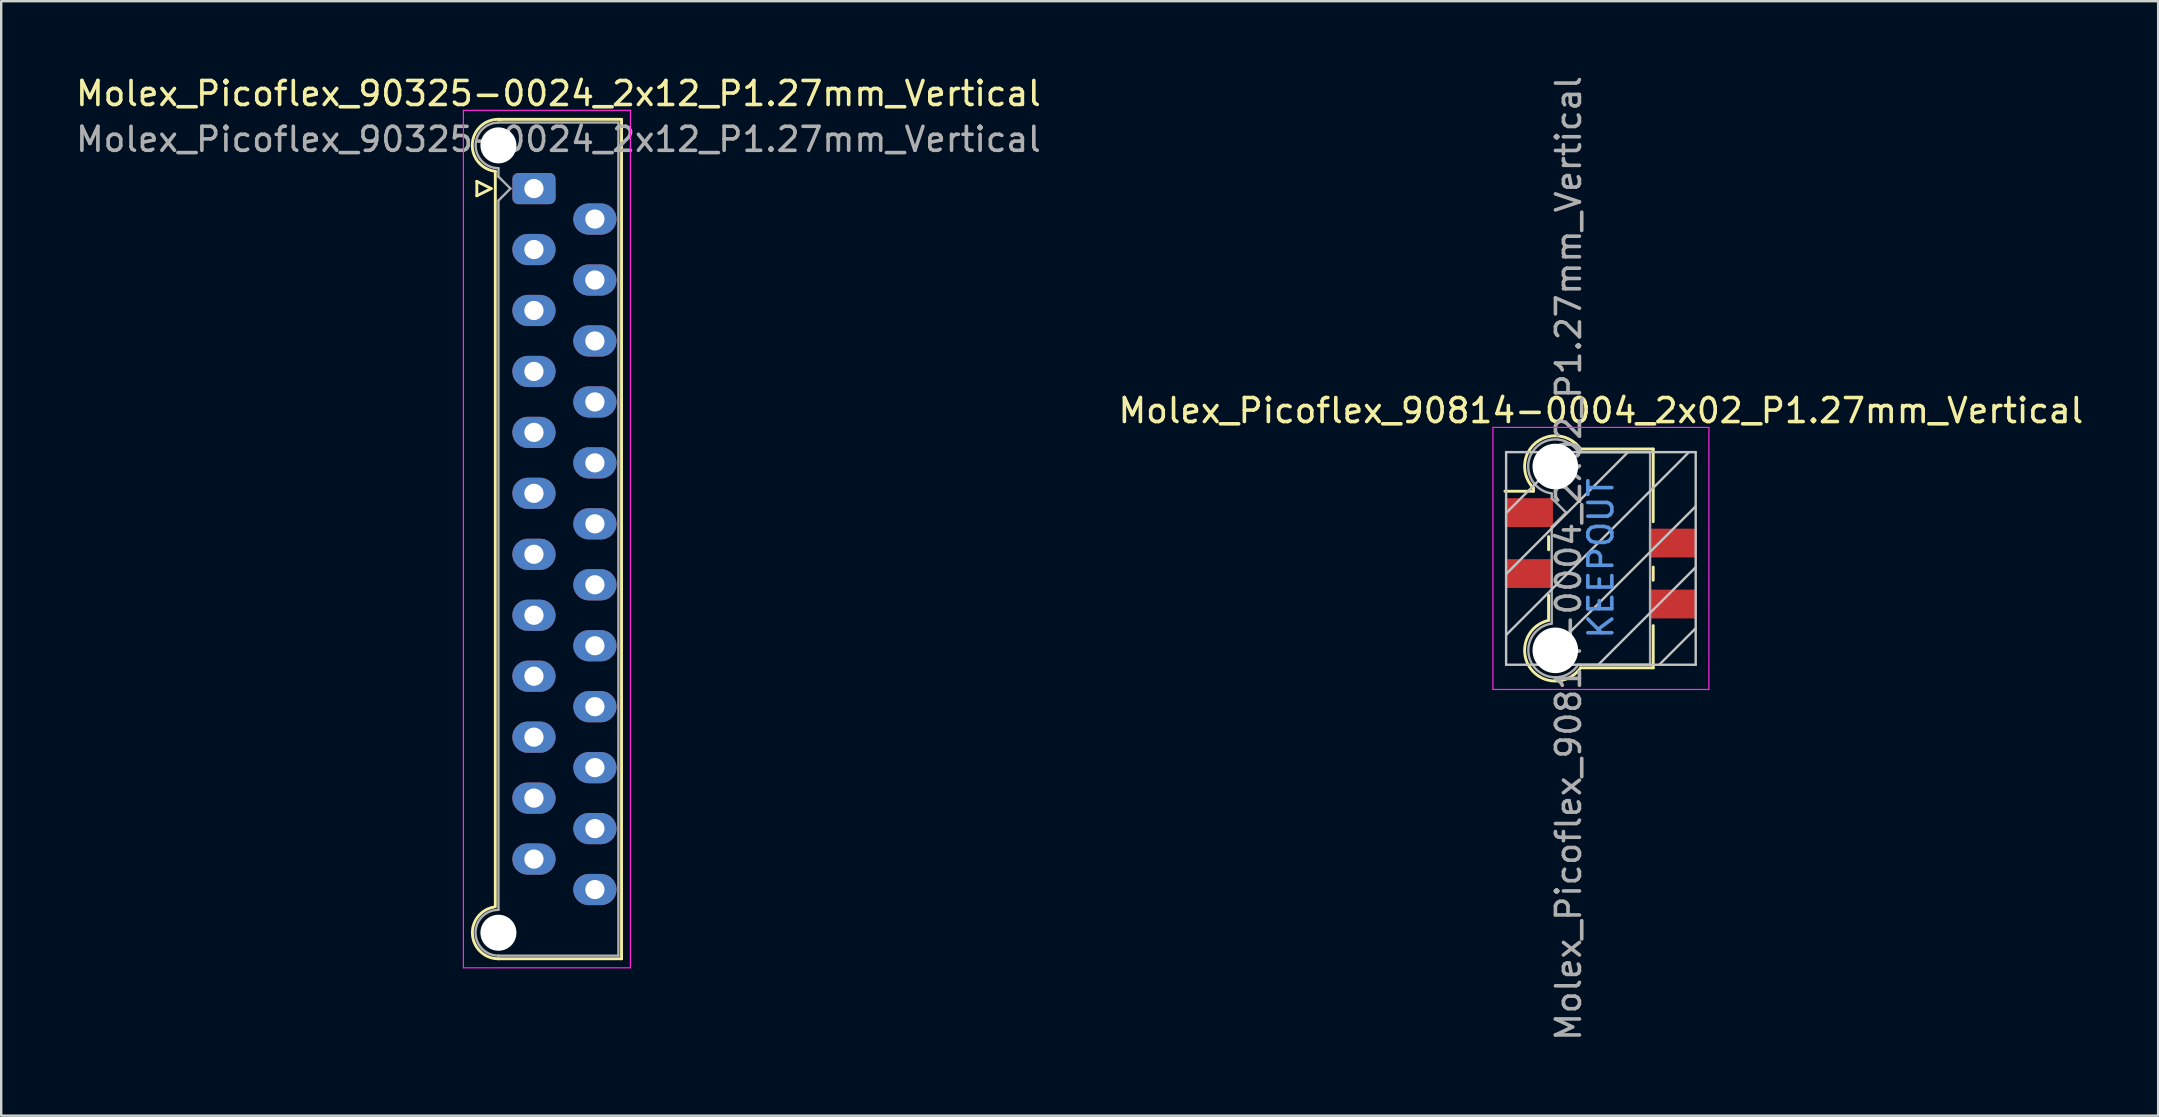
<source format=kicad_pcb>
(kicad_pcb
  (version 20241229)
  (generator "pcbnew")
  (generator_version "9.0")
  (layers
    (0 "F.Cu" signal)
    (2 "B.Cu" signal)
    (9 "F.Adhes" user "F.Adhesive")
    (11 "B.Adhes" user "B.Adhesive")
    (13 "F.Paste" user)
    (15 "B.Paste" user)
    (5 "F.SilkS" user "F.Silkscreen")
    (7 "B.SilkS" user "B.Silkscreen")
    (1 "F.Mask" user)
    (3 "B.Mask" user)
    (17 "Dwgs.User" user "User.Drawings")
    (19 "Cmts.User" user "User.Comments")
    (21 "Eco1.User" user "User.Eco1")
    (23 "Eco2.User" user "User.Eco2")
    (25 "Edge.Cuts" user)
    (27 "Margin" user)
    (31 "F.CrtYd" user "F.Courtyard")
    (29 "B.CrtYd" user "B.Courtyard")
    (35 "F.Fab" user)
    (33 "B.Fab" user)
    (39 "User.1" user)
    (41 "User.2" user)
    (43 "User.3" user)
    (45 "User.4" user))
  (footprint "Molex_Picoflex_90814-0004_2x02_P1.27mm_Vertical"
    (layer "F.Cu")
    (at 63.661 20.22)
    (property "Reference" "Molex_Picoflex_90814-0004_2x02_P1.27mm_Vertical" (at 0 -6.16 0) (layer "F.SilkS") (effects (font (size 1 1) (thickness 0.15))))
    (attr smd)
    (fp_line (start -2.81 -2.93) (end -2.81 -2.8) (stroke (width 0.12) (type solid)) (layer "F.SilkS"))
    (fp_line (start -2.81 -2.8) (end -4 -2.8) (stroke (width 0.12) (type solid)) (layer "F.SilkS"))
    (fp_line (start -2.18 -0.36) (end -2.18 -0.91) (stroke (width 0.12) (type solid)) (layer "F.SilkS"))
    (fp_line (start -2.18 2.58) (end -2.18 1.53) (stroke (width 0.12) (type solid)) (layer "F.SilkS"))
    (fp_line (start 2.18 -4.56) (end -0.82 -4.56) (stroke (width 0.12) (type solid)) (layer "F.SilkS"))
    (fp_line (start 2.18 -4.56) (end 2.18 -1.53) (stroke (width 0.12) (type solid)) (layer "F.SilkS"))
    (fp_line (start 2.18 0.36) (end 2.18 0.91) (stroke (width 0.12) (type solid)) (layer "F.SilkS"))
    (fp_line (start 2.18 2.8) (end 2.18 4.56) (stroke (width 0.12) (type solid)) (layer "F.SilkS"))
    (fp_line (start 2.18 4.56) (end -0.85 4.56) (stroke (width 0.12) (type solid)) (layer "F.SilkS"))
    (fp_arc (start -2.81 -2.93) (mid -2.708637 -4.822072) (end -0.834991 -4.539828) (stroke (width 0.12) (type solid)) (layer "F.SilkS"))
    (fp_arc (start -0.85 4.56) (mid -2.962791 4.541249) (end -2.174424 2.580964) (stroke (width 0.12) (type solid)) (layer "F.SilkS"))
    (fp_line (start -3.95 -4.43) (end -3.95 4.43) (stroke (width 0.1) (type solid)) (layer "Dwgs.User"))
    (fp_line (start -3.95 -1.89) (end -1.41 -4.43) (stroke (width 0.1) (type solid)) (layer "Dwgs.User"))
    (fp_line (start -3.95 0.65) (end 1.13 -4.43) (stroke (width 0.1) (type solid)) (layer "Dwgs.User"))
    (fp_line (start -3.95 3.19) (end 3.67 -4.43) (stroke (width 0.1) (type solid)) (layer "Dwgs.User"))
    (fp_line (start -3.95 4.43) (end 3.95 4.43) (stroke (width 0.1) (type solid)) (layer "Dwgs.User"))
    (fp_line (start -2.65 4.43) (end 3.95 -2.17) (stroke (width 0.1) (type solid)) (layer "Dwgs.User"))
    (fp_line (start -0.11 4.43) (end 3.95 0.37) (stroke (width 0.1) (type solid)) (layer "Dwgs.User"))
    (fp_line (start 2.43 4.43) (end 3.95 2.91) (stroke (width 0.1) (type solid)) (layer "Dwgs.User"))
    (fp_line (start 3.95 -4.43) (end -3.95 -4.43) (stroke (width 0.1) (type solid)) (layer "Dwgs.User"))
    (fp_line (start 3.95 4.43) (end 3.95 -4.43) (stroke (width 0.1) (type solid)) (layer "Dwgs.User"))
    (fp_line (start -4.5 -5.46) (end -4.5 5.46) (stroke (width 0.05) (type solid)) (layer "F.CrtYd"))
    (fp_line (start -4.5 5.46) (end 4.5 5.46) (stroke (width 0.05) (type solid)) (layer "F.CrtYd"))
    (fp_line (start 4.5 -5.46) (end -4.5 -5.46) (stroke (width 0.05) (type solid)) (layer "F.CrtYd"))
    (fp_line (start 4.5 5.46) (end 4.5 -5.46) (stroke (width 0.05) (type solid)) (layer "F.CrtYd"))
    (fp_line (start -2.05 -2.51) (end -2.05 -2.71) (stroke (width 0.1) (type solid)) (layer "F.Fab"))
    (fp_line (start -2.05 -1.31) (end -1.45 -1.91) (stroke (width 0.1) (type solid)) (layer "F.Fab"))
    (fp_line (start -2.05 2.71) (end -2.05 -1.31) (stroke (width 0.1) (type solid)) (layer "F.Fab"))
    (fp_line (start -1.45 -1.91) (end -2.05 -2.51) (stroke (width 0.1) (type solid)) (layer "F.Fab"))
    (fp_line (start 2.05 -4.43) (end -0.93 -4.43) (stroke (width 0.1) (type solid)) (layer "F.Fab"))
    (fp_line (start 2.05 -4.43) (end 2.05 4.43) (stroke (width 0.1) (type solid)) (layer "F.Fab"))
    (fp_line (start 2.05 4.43) (end -0.95 4.43) (stroke (width 0.1) (type solid)) (layer "F.Fab"))
    (fp_arc (start -2.05 -2.71) (mid -2.851672 -4.439279) (end -0.945612 -4.435015) (stroke (width 0.1) (type solid)) (layer "F.Fab"))
    (fp_arc (start -0.95 4.43) (mid -2.845272 4.437421) (end -2.051022 2.716585) (stroke (width 0.1) (type solid)) (layer "F.Fab"))
    (fp_text user "KEEPOUT" (at 0 0 90) (layer "Cmts.User") (effects (font (size 1 1) (thickness 0.15))))
    (fp_text user "${REFERENCE}" (at -1.35 0 90) (layer "F.Fab") (effects (font (size 1 1) (thickness 0.15))))
    (pad "" np_thru_hole circle (at -1.9 -3.83) (size 1.9 1.9) (drill 1.9) (layers "*.Cu" "*.Mask"))
    (pad "" np_thru_hole circle (at -1.9 3.83) (size 1.9 1.9) (drill 1.9) (layers "*.Cu" "*.Mask"))
    (pad "1" smd rect (at -3 -1.91) (size 2 1.2) (layers "F.Cu" "F.Mask" "F.Paste"))
    (pad "2" smd rect (at 3 -0.64) (size 2 1.2) (layers "F.Cu" "F.Mask" "F.Paste"))
    (pad "3" smd rect (at -3 0.63) (size 2 1.2) (layers "F.Cu" "F.Mask" "F.Paste"))
    (pad "4" smd rect (at 3 1.9) (size 2 1.2) (layers "F.Cu" "F.Mask" "F.Paste")))
  (footprint "Molex_Picoflex_90325-0024_2x12_P1.27mm_Vertical"
    (layer "F.Cu")
    (at 19.2 4.808)
    (property "Reference" "Molex_Picoflex_90325-0024_2x12_P1.27mm_Vertical" (at 1.02 -3.96 0) (layer "F.SilkS") (effects (font (size 1 1) (thickness 0.15))))
    (attr through_hole)
    (fp_line (start -2.38 -0.3) (end -2.38 0.3) (stroke (width 0.12) (type solid)) (layer "F.SilkS"))
    (fp_line (start -2.38 0.3) (end -1.78 0) (stroke (width 0.12) (type solid)) (layer "F.SilkS"))
    (fp_line (start -1.78 0) (end -2.38 -0.3) (stroke (width 0.12) (type solid)) (layer "F.SilkS"))
    (fp_line (start -1.61 -0.715) (end -1.61 29.925) (stroke (width 0.12) (type solid)) (layer "F.SilkS"))
    (fp_line (start -1.48 -2.885) (end 3.65 -2.885) (stroke (width 0.12) (type solid)) (layer "F.SilkS"))
    (fp_line (start 3.65 -2.885) (end 3.65 32.095) (stroke (width 0.12) (type solid)) (layer "F.SilkS"))
    (fp_line (start 3.65 32.095) (end -1.48 32.095) (stroke (width 0.12) (type solid)) (layer "F.SilkS"))
    (fp_arc (start -1.61 -0.72) (mid -2.56 -1.93) (end -1.35 -2.88) (stroke (width 0.12) (type solid)) (layer "F.SilkS"))
    (fp_arc (start -1.47 32.095) (mid -2.56 31.114526) (end -1.678256 29.94322) (stroke (width 0.12) (type solid)) (layer "F.SilkS"))
    (fp_line (start -2.94 -3.26) (end -2.94 32.47) (stroke (width 0.05) (type solid)) (layer "F.CrtYd"))
    (fp_line (start -2.94 32.47) (end 4.02 32.47) (stroke (width 0.05) (type solid)) (layer "F.CrtYd"))
    (fp_line (start 4.02 -3.26) (end -2.94 -3.26) (stroke (width 0.05) (type solid)) (layer "F.CrtYd"))
    (fp_line (start 4.02 32.47) (end 4.02 -3.26) (stroke (width 0.05) (type solid)) (layer "F.CrtYd"))
    (fp_line (start -1.48 -2.755) (end 3.52 -2.755) (stroke (width 0.1) (type solid)) (layer "F.Fab"))
    (fp_line (start -1.48 -0.845) (end -1.48 -0.5) (stroke (width 0.1) (type solid)) (layer "F.Fab"))
    (fp_line (start -1.48 -0.5) (end -0.98 0) (stroke (width 0.1) (type solid)) (layer "F.Fab"))
    (fp_line (start -1.48 0.5) (end -1.48 30.055) (stroke (width 0.1) (type solid)) (layer "F.Fab"))
    (fp_line (start -0.98 0) (end -1.48 0.5) (stroke (width 0.1) (type solid)) (layer "F.Fab"))
    (fp_line (start 3.52 -2.755) (end 3.52 31.965) (stroke (width 0.1) (type solid)) (layer "F.Fab"))
    (fp_line (start 3.52 31.965) (end -1.48 31.965) (stroke (width 0.1) (type solid)) (layer "F.Fab"))
    (fp_arc (start -1.48 -0.85) (mid -2.43 -1.8) (end -1.48 -2.75) (stroke (width 0.1) (type solid)) (layer "F.Fab"))
    (fp_arc (start -1.48 31.965) (mid -2.435 31.01) (end -1.48 30.055) (stroke (width 0.1) (type solid)) (layer "F.Fab"))
    (fp_text user "${REFERENCE}" (at 1.02 -2.05 0) (layer "F.Fab") (effects (font (size 1 1) (thickness 0.15))))
    (pad "" np_thru_hole circle (at -1.48 -1.8) (size 1.5 1.5) (drill 1.5) (layers "*.Cu" "*.Mask"))
    (pad "" np_thru_hole circle (at -1.48 31.01) (size 1.5 1.5) (drill 1.5) (layers "*.Cu" "*.Mask"))
    (pad "1" thru_hole roundrect (at 0 0) (size 1.8 1.3) (drill 0.8) (layers "*.Cu" "*.Mask") (roundrect_rratio 0.192))
    (pad "2" thru_hole oval (at 2.54 1.27) (size 1.8 1.3) (drill 0.8) (layers "*.Cu" "*.Mask"))
    (pad "3" thru_hole oval (at 0 2.54) (size 1.8 1.3) (drill 0.8) (layers "*.Cu" "*.Mask"))
    (pad "4" thru_hole oval (at 2.54 3.81) (size 1.8 1.3) (drill 0.8) (layers "*.Cu" "*.Mask"))
    (pad "5" thru_hole oval (at 0 5.08) (size 1.8 1.3) (drill 0.8) (layers "*.Cu" "*.Mask"))
    (pad "6" thru_hole oval (at 2.54 6.35) (size 1.8 1.3) (drill 0.8) (layers "*.Cu" "*.Mask"))
    (pad "7" thru_hole oval (at 0 7.62) (size 1.8 1.3) (drill 0.8) (layers "*.Cu" "*.Mask"))
    (pad "8" thru_hole oval (at 2.54 8.89) (size 1.8 1.3) (drill 0.8) (layers "*.Cu" "*.Mask"))
    (pad "9" thru_hole oval (at 0 10.16) (size 1.8 1.3) (drill 0.8) (layers "*.Cu" "*.Mask"))
    (pad "10" thru_hole oval (at 2.54 11.43) (size 1.8 1.3) (drill 0.8) (layers "*.Cu" "*.Mask"))
    (pad "11" thru_hole oval (at 0 12.7) (size 1.8 1.3) (drill 0.8) (layers "*.Cu" "*.Mask"))
    (pad "12" thru_hole oval (at 2.54 13.97) (size 1.8 1.3) (drill 0.8) (layers "*.Cu" "*.Mask"))
    (pad "13" thru_hole oval (at 0 15.24) (size 1.8 1.3) (drill 0.8) (layers "*.Cu" "*.Mask"))
    (pad "14" thru_hole oval (at 2.54 16.51) (size 1.8 1.3) (drill 0.8) (layers "*.Cu" "*.Mask"))
    (pad "15" thru_hole oval (at 0 17.78) (size 1.8 1.3) (drill 0.8) (layers "*.Cu" "*.Mask"))
    (pad "16" thru_hole oval (at 2.54 19.05) (size 1.8 1.3) (drill 0.8) (layers "*.Cu" "*.Mask"))
    (pad "17" thru_hole oval (at 0 20.32) (size 1.8 1.3) (drill 0.8) (layers "*.Cu" "*.Mask"))
    (pad "18" thru_hole oval (at 2.54 21.59) (size 1.8 1.3) (drill 0.8) (layers "*.Cu" "*.Mask"))
    (pad "19" thru_hole oval (at 0 22.86) (size 1.8 1.3) (drill 0.8) (layers "*.Cu" "*.Mask"))
    (pad "20" thru_hole oval (at 2.54 24.13) (size 1.8 1.3) (drill 0.8) (layers "*.Cu" "*.Mask"))
    (pad "21" thru_hole oval (at 0 25.4) (size 1.8 1.3) (drill 0.8) (layers "*.Cu" "*.Mask"))
    (pad "22" thru_hole oval (at 2.54 26.67) (size 1.8 1.3) (drill 0.8) (layers "*.Cu" "*.Mask"))
    (pad "23" thru_hole oval (at 0 27.94) (size 1.8 1.3) (drill 0.8) (layers "*.Cu" "*.Mask"))
    (pad "24" thru_hole oval (at 2.54 29.21) (size 1.8 1.3) (drill 0.8) (layers "*.Cu" "*.Mask")))
  (gr_rect
    (start -3 -3)
    (end 86.881 43.44)
    (stroke (width 0.1) (type default))
    (fill no)
    (layer "Edge.Cuts")))
</source>
